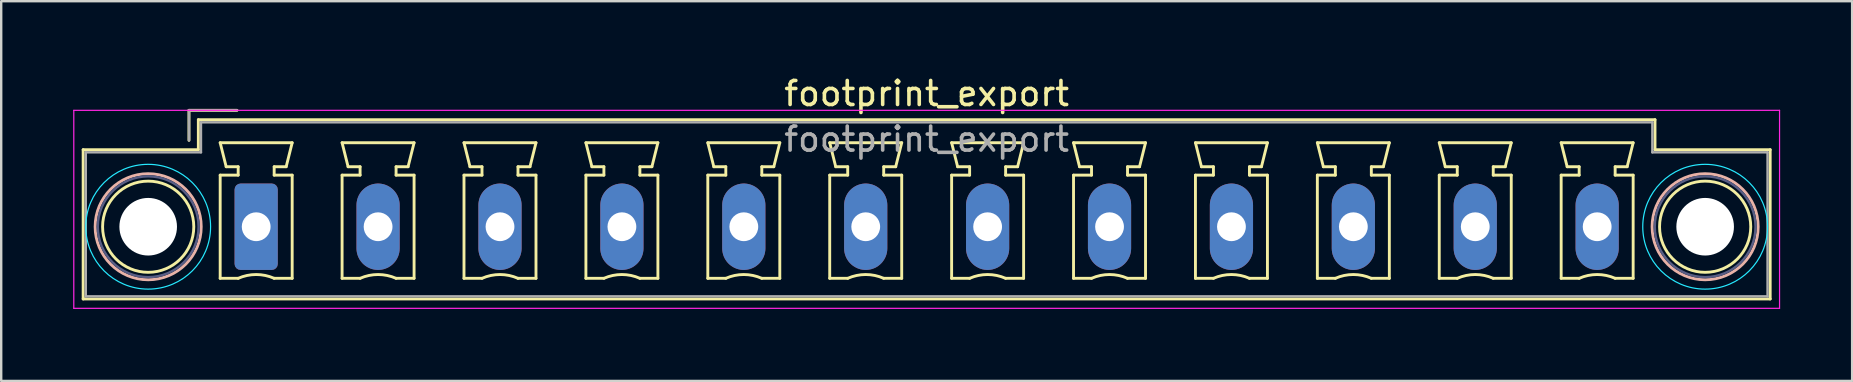
<source format=kicad_pcb>
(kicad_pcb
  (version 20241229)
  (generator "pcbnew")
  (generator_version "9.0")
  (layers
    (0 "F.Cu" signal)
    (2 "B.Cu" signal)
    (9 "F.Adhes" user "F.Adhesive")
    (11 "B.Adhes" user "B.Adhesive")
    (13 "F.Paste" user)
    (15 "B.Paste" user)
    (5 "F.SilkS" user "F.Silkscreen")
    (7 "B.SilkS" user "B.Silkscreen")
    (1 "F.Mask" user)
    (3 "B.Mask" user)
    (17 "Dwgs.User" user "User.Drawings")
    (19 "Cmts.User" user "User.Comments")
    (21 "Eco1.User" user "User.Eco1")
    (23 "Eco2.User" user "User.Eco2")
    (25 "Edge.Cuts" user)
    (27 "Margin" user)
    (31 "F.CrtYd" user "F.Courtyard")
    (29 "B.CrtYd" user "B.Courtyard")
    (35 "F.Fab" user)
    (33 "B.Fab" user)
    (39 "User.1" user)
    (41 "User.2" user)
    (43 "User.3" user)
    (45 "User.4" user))
  (footprint "footprint_export"
    (layer "F.Cu")
    (at 7.625 6.398)
    (property "Reference" "footprint_export" (at 27.94 -5.55 0) (layer "F.SilkS") (effects (font (size 1 1) (thickness 0.15))))
    (attr through_hole)
    (fp_line (start -7.21 -3.21) (end -7.21 3.01) (stroke (width 0.12) (type solid)) (layer "F.SilkS"))
    (fp_line (start -7.21 3.01) (end 63.09 3.01) (stroke (width 0.12) (type solid)) (layer "F.SilkS"))
    (fp_line (start -2.8 -4.85) (end -0.8 -4.85) (stroke (width 0.12) (type solid)) (layer "F.SilkS"))
    (fp_line (start -2.8 -3.6) (end -2.8 -4.85) (stroke (width 0.12) (type solid)) (layer "F.SilkS"))
    (fp_line (start -2.41 -4.46) (end -2.41 -3.21) (stroke (width 0.12) (type solid)) (layer "F.SilkS"))
    (fp_line (start -2.41 -3.21) (end -7.21 -3.21) (stroke (width 0.12) (type solid)) (layer "F.SilkS"))
    (fp_line (start -1.5 -3.5) (end 1.5 -3.5) (stroke (width 0.12) (type solid)) (layer "F.SilkS"))
    (fp_line (start -1.5 -2.15) (end -0.75 -2.15) (stroke (width 0.12) (type solid)) (layer "F.SilkS"))
    (fp_line (start -1.5 2.15) (end -1.5 -2.15) (stroke (width 0.12) (type solid)) (layer "F.SilkS"))
    (fp_line (start -1.25 -2.5) (end -1.5 -3.5) (stroke (width 0.12) (type solid)) (layer "F.SilkS"))
    (fp_line (start -0.75 -2.5) (end -1.25 -2.5) (stroke (width 0.12) (type solid)) (layer "F.SilkS"))
    (fp_line (start -0.75 -2.15) (end -0.75 -2.5) (stroke (width 0.12) (type solid)) (layer "F.SilkS"))
    (fp_line (start -0.75 2.15) (end -1.5 2.15) (stroke (width 0.12) (type solid)) (layer "F.SilkS"))
    (fp_line (start 0.75 -2.5) (end 0.75 -2.15) (stroke (width 0.12) (type solid)) (layer "F.SilkS"))
    (fp_line (start 0.75 -2.15) (end 1.5 -2.15) (stroke (width 0.12) (type solid)) (layer "F.SilkS"))
    (fp_line (start 1.25 -2.5) (end 0.75 -2.5) (stroke (width 0.12) (type solid)) (layer "F.SilkS"))
    (fp_line (start 1.5 -3.5) (end 1.25 -2.5) (stroke (width 0.12) (type solid)) (layer "F.SilkS"))
    (fp_line (start 1.5 -2.15) (end 1.5 2.15) (stroke (width 0.12) (type solid)) (layer "F.SilkS"))
    (fp_line (start 1.5 2.15) (end 0.75 2.15) (stroke (width 0.12) (type solid)) (layer "F.SilkS"))
    (fp_line (start 3.58 -3.5) (end 6.58 -3.5) (stroke (width 0.12) (type solid)) (layer "F.SilkS"))
    (fp_line (start 3.58 -2.15) (end 4.33 -2.15) (stroke (width 0.12) (type solid)) (layer "F.SilkS"))
    (fp_line (start 3.58 2.15) (end 3.58 -2.15) (stroke (width 0.12) (type solid)) (layer "F.SilkS"))
    (fp_line (start 3.83 -2.5) (end 3.58 -3.5) (stroke (width 0.12) (type solid)) (layer "F.SilkS"))
    (fp_line (start 4.33 -2.5) (end 3.83 -2.5) (stroke (width 0.12) (type solid)) (layer "F.SilkS"))
    (fp_line (start 4.33 -2.15) (end 4.33 -2.5) (stroke (width 0.12) (type solid)) (layer "F.SilkS"))
    (fp_line (start 4.33 2.15) (end 3.58 2.15) (stroke (width 0.12) (type solid)) (layer "F.SilkS"))
    (fp_line (start 5.83 -2.5) (end 5.83 -2.15) (stroke (width 0.12) (type solid)) (layer "F.SilkS"))
    (fp_line (start 5.83 -2.15) (end 6.58 -2.15) (stroke (width 0.12) (type solid)) (layer "F.SilkS"))
    (fp_line (start 6.33 -2.5) (end 5.83 -2.5) (stroke (width 0.12) (type solid)) (layer "F.SilkS"))
    (fp_line (start 6.58 -3.5) (end 6.33 -2.5) (stroke (width 0.12) (type solid)) (layer "F.SilkS"))
    (fp_line (start 6.58 -2.15) (end 6.58 2.15) (stroke (width 0.12) (type solid)) (layer "F.SilkS"))
    (fp_line (start 6.58 2.15) (end 5.83 2.15) (stroke (width 0.12) (type solid)) (layer "F.SilkS"))
    (fp_line (start 8.66 -3.5) (end 11.66 -3.5) (stroke (width 0.12) (type solid)) (layer "F.SilkS"))
    (fp_line (start 8.66 -2.15) (end 9.41 -2.15) (stroke (width 0.12) (type solid)) (layer "F.SilkS"))
    (fp_line (start 8.66 2.15) (end 8.66 -2.15) (stroke (width 0.12) (type solid)) (layer "F.SilkS"))
    (fp_line (start 8.91 -2.5) (end 8.66 -3.5) (stroke (width 0.12) (type solid)) (layer "F.SilkS"))
    (fp_line (start 9.41 -2.5) (end 8.91 -2.5) (stroke (width 0.12) (type solid)) (layer "F.SilkS"))
    (fp_line (start 9.41 -2.15) (end 9.41 -2.5) (stroke (width 0.12) (type solid)) (layer "F.SilkS"))
    (fp_line (start 9.41 2.15) (end 8.66 2.15) (stroke (width 0.12) (type solid)) (layer "F.SilkS"))
    (fp_line (start 10.91 -2.5) (end 10.91 -2.15) (stroke (width 0.12) (type solid)) (layer "F.SilkS"))
    (fp_line (start 10.91 -2.15) (end 11.66 -2.15) (stroke (width 0.12) (type solid)) (layer "F.SilkS"))
    (fp_line (start 11.41 -2.5) (end 10.91 -2.5) (stroke (width 0.12) (type solid)) (layer "F.SilkS"))
    (fp_line (start 11.66 -3.5) (end 11.41 -2.5) (stroke (width 0.12) (type solid)) (layer "F.SilkS"))
    (fp_line (start 11.66 -2.15) (end 11.66 2.15) (stroke (width 0.12) (type solid)) (layer "F.SilkS"))
    (fp_line (start 11.66 2.15) (end 10.91 2.15) (stroke (width 0.12) (type solid)) (layer "F.SilkS"))
    (fp_line (start 13.74 -3.5) (end 16.74 -3.5) (stroke (width 0.12) (type solid)) (layer "F.SilkS"))
    (fp_line (start 13.74 -2.15) (end 14.49 -2.15) (stroke (width 0.12) (type solid)) (layer "F.SilkS"))
    (fp_line (start 13.74 2.15) (end 13.74 -2.15) (stroke (width 0.12) (type solid)) (layer "F.SilkS"))
    (fp_line (start 13.99 -2.5) (end 13.74 -3.5) (stroke (width 0.12) (type solid)) (layer "F.SilkS"))
    (fp_line (start 14.49 -2.5) (end 13.99 -2.5) (stroke (width 0.12) (type solid)) (layer "F.SilkS"))
    (fp_line (start 14.49 -2.15) (end 14.49 -2.5) (stroke (width 0.12) (type solid)) (layer "F.SilkS"))
    (fp_line (start 14.49 2.15) (end 13.74 2.15) (stroke (width 0.12) (type solid)) (layer "F.SilkS"))
    (fp_line (start 15.99 -2.5) (end 15.99 -2.15) (stroke (width 0.12) (type solid)) (layer "F.SilkS"))
    (fp_line (start 15.99 -2.15) (end 16.74 -2.15) (stroke (width 0.12) (type solid)) (layer "F.SilkS"))
    (fp_line (start 16.49 -2.5) (end 15.99 -2.5) (stroke (width 0.12) (type solid)) (layer "F.SilkS"))
    (fp_line (start 16.74 -3.5) (end 16.49 -2.5) (stroke (width 0.12) (type solid)) (layer "F.SilkS"))
    (fp_line (start 16.74 -2.15) (end 16.74 2.15) (stroke (width 0.12) (type solid)) (layer "F.SilkS"))
    (fp_line (start 16.74 2.15) (end 15.99 2.15) (stroke (width 0.12) (type solid)) (layer "F.SilkS"))
    (fp_line (start 18.82 -3.5) (end 21.82 -3.5) (stroke (width 0.12) (type solid)) (layer "F.SilkS"))
    (fp_line (start 18.82 -2.15) (end 19.57 -2.15) (stroke (width 0.12) (type solid)) (layer "F.SilkS"))
    (fp_line (start 18.82 2.15) (end 18.82 -2.15) (stroke (width 0.12) (type solid)) (layer "F.SilkS"))
    (fp_line (start 19.07 -2.5) (end 18.82 -3.5) (stroke (width 0.12) (type solid)) (layer "F.SilkS"))
    (fp_line (start 19.57 -2.5) (end 19.07 -2.5) (stroke (width 0.12) (type solid)) (layer "F.SilkS"))
    (fp_line (start 19.57 -2.15) (end 19.57 -2.5) (stroke (width 0.12) (type solid)) (layer "F.SilkS"))
    (fp_line (start 19.57 2.15) (end 18.82 2.15) (stroke (width 0.12) (type solid)) (layer "F.SilkS"))
    (fp_line (start 21.07 -2.5) (end 21.07 -2.15) (stroke (width 0.12) (type solid)) (layer "F.SilkS"))
    (fp_line (start 21.07 -2.15) (end 21.82 -2.15) (stroke (width 0.12) (type solid)) (layer "F.SilkS"))
    (fp_line (start 21.57 -2.5) (end 21.07 -2.5) (stroke (width 0.12) (type solid)) (layer "F.SilkS"))
    (fp_line (start 21.82 -3.5) (end 21.57 -2.5) (stroke (width 0.12) (type solid)) (layer "F.SilkS"))
    (fp_line (start 21.82 -2.15) (end 21.82 2.15) (stroke (width 0.12) (type solid)) (layer "F.SilkS"))
    (fp_line (start 21.82 2.15) (end 21.07 2.15) (stroke (width 0.12) (type solid)) (layer "F.SilkS"))
    (fp_line (start 23.9 -3.5) (end 26.9 -3.5) (stroke (width 0.12) (type solid)) (layer "F.SilkS"))
    (fp_line (start 23.9 -2.15) (end 24.65 -2.15) (stroke (width 0.12) (type solid)) (layer "F.SilkS"))
    (fp_line (start 23.9 2.15) (end 23.9 -2.15) (stroke (width 0.12) (type solid)) (layer "F.SilkS"))
    (fp_line (start 24.15 -2.5) (end 23.9 -3.5) (stroke (width 0.12) (type solid)) (layer "F.SilkS"))
    (fp_line (start 24.65 -2.5) (end 24.15 -2.5) (stroke (width 0.12) (type solid)) (layer "F.SilkS"))
    (fp_line (start 24.65 -2.15) (end 24.65 -2.5) (stroke (width 0.12) (type solid)) (layer "F.SilkS"))
    (fp_line (start 24.65 2.15) (end 23.9 2.15) (stroke (width 0.12) (type solid)) (layer "F.SilkS"))
    (fp_line (start 26.15 -2.5) (end 26.15 -2.15) (stroke (width 0.12) (type solid)) (layer "F.SilkS"))
    (fp_line (start 26.15 -2.15) (end 26.9 -2.15) (stroke (width 0.12) (type solid)) (layer "F.SilkS"))
    (fp_line (start 26.65 -2.5) (end 26.15 -2.5) (stroke (width 0.12) (type solid)) (layer "F.SilkS"))
    (fp_line (start 26.9 -3.5) (end 26.65 -2.5) (stroke (width 0.12) (type solid)) (layer "F.SilkS"))
    (fp_line (start 26.9 -2.15) (end 26.9 2.15) (stroke (width 0.12) (type solid)) (layer "F.SilkS"))
    (fp_line (start 26.9 2.15) (end 26.15 2.15) (stroke (width 0.12) (type solid)) (layer "F.SilkS"))
    (fp_line (start 28.98 -3.5) (end 31.98 -3.5) (stroke (width 0.12) (type solid)) (layer "F.SilkS"))
    (fp_line (start 28.98 -2.15) (end 29.73 -2.15) (stroke (width 0.12) (type solid)) (layer "F.SilkS"))
    (fp_line (start 28.98 2.15) (end 28.98 -2.15) (stroke (width 0.12) (type solid)) (layer "F.SilkS"))
    (fp_line (start 29.23 -2.5) (end 28.98 -3.5) (stroke (width 0.12) (type solid)) (layer "F.SilkS"))
    (fp_line (start 29.73 -2.5) (end 29.23 -2.5) (stroke (width 0.12) (type solid)) (layer "F.SilkS"))
    (fp_line (start 29.73 -2.15) (end 29.73 -2.5) (stroke (width 0.12) (type solid)) (layer "F.SilkS"))
    (fp_line (start 29.73 2.15) (end 28.98 2.15) (stroke (width 0.12) (type solid)) (layer "F.SilkS"))
    (fp_line (start 31.23 -2.5) (end 31.23 -2.15) (stroke (width 0.12) (type solid)) (layer "F.SilkS"))
    (fp_line (start 31.23 -2.15) (end 31.98 -2.15) (stroke (width 0.12) (type solid)) (layer "F.SilkS"))
    (fp_line (start 31.73 -2.5) (end 31.23 -2.5) (stroke (width 0.12) (type solid)) (layer "F.SilkS"))
    (fp_line (start 31.98 -3.5) (end 31.73 -2.5) (stroke (width 0.12) (type solid)) (layer "F.SilkS"))
    (fp_line (start 31.98 -2.15) (end 31.98 2.15) (stroke (width 0.12) (type solid)) (layer "F.SilkS"))
    (fp_line (start 31.98 2.15) (end 31.23 2.15) (stroke (width 0.12) (type solid)) (layer "F.SilkS"))
    (fp_line (start 34.06 -3.5) (end 37.06 -3.5) (stroke (width 0.12) (type solid)) (layer "F.SilkS"))
    (fp_line (start 34.06 -2.15) (end 34.81 -2.15) (stroke (width 0.12) (type solid)) (layer "F.SilkS"))
    (fp_line (start 34.06 2.15) (end 34.06 -2.15) (stroke (width 0.12) (type solid)) (layer "F.SilkS"))
    (fp_line (start 34.31 -2.5) (end 34.06 -3.5) (stroke (width 0.12) (type solid)) (layer "F.SilkS"))
    (fp_line (start 34.81 -2.5) (end 34.31 -2.5) (stroke (width 0.12) (type solid)) (layer "F.SilkS"))
    (fp_line (start 34.81 -2.15) (end 34.81 -2.5) (stroke (width 0.12) (type solid)) (layer "F.SilkS"))
    (fp_line (start 34.81 2.15) (end 34.06 2.15) (stroke (width 0.12) (type solid)) (layer "F.SilkS"))
    (fp_line (start 36.31 -2.5) (end 36.31 -2.15) (stroke (width 0.12) (type solid)) (layer "F.SilkS"))
    (fp_line (start 36.31 -2.15) (end 37.06 -2.15) (stroke (width 0.12) (type solid)) (layer "F.SilkS"))
    (fp_line (start 36.81 -2.5) (end 36.31 -2.5) (stroke (width 0.12) (type solid)) (layer "F.SilkS"))
    (fp_line (start 37.06 -3.5) (end 36.81 -2.5) (stroke (width 0.12) (type solid)) (layer "F.SilkS"))
    (fp_line (start 37.06 -2.15) (end 37.06 2.15) (stroke (width 0.12) (type solid)) (layer "F.SilkS"))
    (fp_line (start 37.06 2.15) (end 36.31 2.15) (stroke (width 0.12) (type solid)) (layer "F.SilkS"))
    (fp_line (start 39.14 -3.5) (end 42.14 -3.5) (stroke (width 0.12) (type solid)) (layer "F.SilkS"))
    (fp_line (start 39.14 -2.15) (end 39.89 -2.15) (stroke (width 0.12) (type solid)) (layer "F.SilkS"))
    (fp_line (start 39.14 2.15) (end 39.14 -2.15) (stroke (width 0.12) (type solid)) (layer "F.SilkS"))
    (fp_line (start 39.39 -2.5) (end 39.14 -3.5) (stroke (width 0.12) (type solid)) (layer "F.SilkS"))
    (fp_line (start 39.89 -2.5) (end 39.39 -2.5) (stroke (width 0.12) (type solid)) (layer "F.SilkS"))
    (fp_line (start 39.89 -2.15) (end 39.89 -2.5) (stroke (width 0.12) (type solid)) (layer "F.SilkS"))
    (fp_line (start 39.89 2.15) (end 39.14 2.15) (stroke (width 0.12) (type solid)) (layer "F.SilkS"))
    (fp_line (start 41.39 -2.5) (end 41.39 -2.15) (stroke (width 0.12) (type solid)) (layer "F.SilkS"))
    (fp_line (start 41.39 -2.15) (end 42.14 -2.15) (stroke (width 0.12) (type solid)) (layer "F.SilkS"))
    (fp_line (start 41.89 -2.5) (end 41.39 -2.5) (stroke (width 0.12) (type solid)) (layer "F.SilkS"))
    (fp_line (start 42.14 -3.5) (end 41.89 -2.5) (stroke (width 0.12) (type solid)) (layer "F.SilkS"))
    (fp_line (start 42.14 -2.15) (end 42.14 2.15) (stroke (width 0.12) (type solid)) (layer "F.SilkS"))
    (fp_line (start 42.14 2.15) (end 41.39 2.15) (stroke (width 0.12) (type solid)) (layer "F.SilkS"))
    (fp_line (start 44.22 -3.5) (end 47.22 -3.5) (stroke (width 0.12) (type solid)) (layer "F.SilkS"))
    (fp_line (start 44.22 -2.15) (end 44.97 -2.15) (stroke (width 0.12) (type solid)) (layer "F.SilkS"))
    (fp_line (start 44.22 2.15) (end 44.22 -2.15) (stroke (width 0.12) (type solid)) (layer "F.SilkS"))
    (fp_line (start 44.47 -2.5) (end 44.22 -3.5) (stroke (width 0.12) (type solid)) (layer "F.SilkS"))
    (fp_line (start 44.97 -2.5) (end 44.47 -2.5) (stroke (width 0.12) (type solid)) (layer "F.SilkS"))
    (fp_line (start 44.97 -2.15) (end 44.97 -2.5) (stroke (width 0.12) (type solid)) (layer "F.SilkS"))
    (fp_line (start 44.97 2.15) (end 44.22 2.15) (stroke (width 0.12) (type solid)) (layer "F.SilkS"))
    (fp_line (start 46.47 -2.5) (end 46.47 -2.15) (stroke (width 0.12) (type solid)) (layer "F.SilkS"))
    (fp_line (start 46.47 -2.15) (end 47.22 -2.15) (stroke (width 0.12) (type solid)) (layer "F.SilkS"))
    (fp_line (start 46.97 -2.5) (end 46.47 -2.5) (stroke (width 0.12) (type solid)) (layer "F.SilkS"))
    (fp_line (start 47.22 -3.5) (end 46.97 -2.5) (stroke (width 0.12) (type solid)) (layer "F.SilkS"))
    (fp_line (start 47.22 -2.15) (end 47.22 2.15) (stroke (width 0.12) (type solid)) (layer "F.SilkS"))
    (fp_line (start 47.22 2.15) (end 46.47 2.15) (stroke (width 0.12) (type solid)) (layer "F.SilkS"))
    (fp_line (start 49.3 -3.5) (end 52.3 -3.5) (stroke (width 0.12) (type solid)) (layer "F.SilkS"))
    (fp_line (start 49.3 -2.15) (end 50.05 -2.15) (stroke (width 0.12) (type solid)) (layer "F.SilkS"))
    (fp_line (start 49.3 2.15) (end 49.3 -2.15) (stroke (width 0.12) (type solid)) (layer "F.SilkS"))
    (fp_line (start 49.55 -2.5) (end 49.3 -3.5) (stroke (width 0.12) (type solid)) (layer "F.SilkS"))
    (fp_line (start 50.05 -2.5) (end 49.55 -2.5) (stroke (width 0.12) (type solid)) (layer "F.SilkS"))
    (fp_line (start 50.05 -2.15) (end 50.05 -2.5) (stroke (width 0.12) (type solid)) (layer "F.SilkS"))
    (fp_line (start 50.05 2.15) (end 49.3 2.15) (stroke (width 0.12) (type solid)) (layer "F.SilkS"))
    (fp_line (start 51.55 -2.5) (end 51.55 -2.15) (stroke (width 0.12) (type solid)) (layer "F.SilkS"))
    (fp_line (start 51.55 -2.15) (end 52.3 -2.15) (stroke (width 0.12) (type solid)) (layer "F.SilkS"))
    (fp_line (start 52.05 -2.5) (end 51.55 -2.5) (stroke (width 0.12) (type solid)) (layer "F.SilkS"))
    (fp_line (start 52.3 -3.5) (end 52.05 -2.5) (stroke (width 0.12) (type solid)) (layer "F.SilkS"))
    (fp_line (start 52.3 -2.15) (end 52.3 2.15) (stroke (width 0.12) (type solid)) (layer "F.SilkS"))
    (fp_line (start 52.3 2.15) (end 51.55 2.15) (stroke (width 0.12) (type solid)) (layer "F.SilkS"))
    (fp_line (start 54.38 -3.5) (end 57.38 -3.5) (stroke (width 0.12) (type solid)) (layer "F.SilkS"))
    (fp_line (start 54.38 -2.15) (end 55.13 -2.15) (stroke (width 0.12) (type solid)) (layer "F.SilkS"))
    (fp_line (start 54.38 2.15) (end 54.38 -2.15) (stroke (width 0.12) (type solid)) (layer "F.SilkS"))
    (fp_line (start 54.63 -2.5) (end 54.38 -3.5) (stroke (width 0.12) (type solid)) (layer "F.SilkS"))
    (fp_line (start 55.13 -2.5) (end 54.63 -2.5) (stroke (width 0.12) (type solid)) (layer "F.SilkS"))
    (fp_line (start 55.13 -2.15) (end 55.13 -2.5) (stroke (width 0.12) (type solid)) (layer "F.SilkS"))
    (fp_line (start 55.13 2.15) (end 54.38 2.15) (stroke (width 0.12) (type solid)) (layer "F.SilkS"))
    (fp_line (start 56.63 -2.5) (end 56.63 -2.15) (stroke (width 0.12) (type solid)) (layer "F.SilkS"))
    (fp_line (start 56.63 -2.15) (end 57.38 -2.15) (stroke (width 0.12) (type solid)) (layer "F.SilkS"))
    (fp_line (start 57.13 -2.5) (end 56.63 -2.5) (stroke (width 0.12) (type solid)) (layer "F.SilkS"))
    (fp_line (start 57.38 -3.5) (end 57.13 -2.5) (stroke (width 0.12) (type solid)) (layer "F.SilkS"))
    (fp_line (start 57.38 -2.15) (end 57.38 2.15) (stroke (width 0.12) (type solid)) (layer "F.SilkS"))
    (fp_line (start 57.38 2.15) (end 56.63 2.15) (stroke (width 0.12) (type solid)) (layer "F.SilkS"))
    (fp_line (start 58.29 -4.46) (end -2.41 -4.46) (stroke (width 0.12) (type solid)) (layer "F.SilkS"))
    (fp_line (start 58.29 -3.21) (end 58.29 -4.46) (stroke (width 0.12) (type solid)) (layer "F.SilkS"))
    (fp_line (start 63.09 -3.21) (end 58.29 -3.21) (stroke (width 0.12) (type solid)) (layer "F.SilkS"))
    (fp_line (start 63.09 3.01) (end 63.09 -3.21) (stroke (width 0.12) (type solid)) (layer "F.SilkS"))
    (fp_arc (start -0.75 2.15) (mid -0.000193 1.99191) (end 0.749647 2.149844) (stroke (width 0.12) (type solid)) (layer "F.SilkS"))
    (fp_arc (start 4.33 2.15) (mid 5.079807 1.99191) (end 5.829647 2.149844) (stroke (width 0.12) (type solid)) (layer "F.SilkS"))
    (fp_arc (start 9.41 2.15) (mid 10.159807 1.99191) (end 10.909647 2.149844) (stroke (width 0.12) (type solid)) (layer "F.SilkS"))
    (fp_arc (start 14.49 2.15) (mid 15.239807 1.99191) (end 15.989647 2.149844) (stroke (width 0.12) (type solid)) (layer "F.SilkS"))
    (fp_arc (start 19.57 2.15) (mid 20.319807 1.99191) (end 21.069647 2.149844) (stroke (width 0.12) (type solid)) (layer "F.SilkS"))
    (fp_arc (start 24.65 2.15) (mid 25.399807 1.99191) (end 26.149647 2.149844) (stroke (width 0.12) (type solid)) (layer "F.SilkS"))
    (fp_arc (start 29.73 2.15) (mid 30.479807 1.99191) (end 31.229647 2.149844) (stroke (width 0.12) (type solid)) (layer "F.SilkS"))
    (fp_arc (start 34.81 2.15) (mid 35.559807 1.99191) (end 36.309647 2.149844) (stroke (width 0.12) (type solid)) (layer "F.SilkS"))
    (fp_arc (start 39.89 2.15) (mid 40.639807 1.99191) (end 41.389647 2.149844) (stroke (width 0.12) (type solid)) (layer "F.SilkS"))
    (fp_arc (start 44.97 2.15) (mid 45.719807 1.99191) (end 46.469647 2.149844) (stroke (width 0.12) (type solid)) (layer "F.SilkS"))
    (fp_arc (start 50.05 2.15) (mid 50.799807 1.99191) (end 51.549647 2.149844) (stroke (width 0.12) (type solid)) (layer "F.SilkS"))
    (fp_arc (start 55.13 2.15) (mid 55.879807 1.99191) (end 56.629647 2.149844) (stroke (width 0.12) (type solid)) (layer "F.SilkS"))
    (fp_circle (center -4.5 0) (end -2.6 0) (stroke (width 0.12) (type solid)) (fill no) (layer "F.SilkS"))
    (fp_circle (center 60.38 0) (end 62.28 0) (stroke (width 0.12) (type solid)) (fill no) (layer "F.SilkS"))
    (fp_circle (center -4.5 0) (end -2.29 0) (stroke (width 0.12) (type solid)) (fill no) (layer "B.SilkS"))
    (fp_circle (center 60.38 0) (end 62.59 0) (stroke (width 0.12) (type solid)) (fill no) (layer "B.SilkS"))
    (fp_circle (center -4.5 0) (end -1.9 0) (stroke (width 0.05) (type solid)) (fill no) (layer "B.CrtYd"))
    (fp_circle (center 60.38 0) (end 62.98 0) (stroke (width 0.05) (type solid)) (fill no) (layer "B.CrtYd"))
    (fp_line (start -7.6 -4.85) (end -7.6 3.4) (stroke (width 0.05) (type solid)) (layer "F.CrtYd"))
    (fp_line (start -7.6 3.4) (end 63.48 3.4) (stroke (width 0.05) (type solid)) (layer "F.CrtYd"))
    (fp_line (start 63.48 -4.85) (end -7.6 -4.85) (stroke (width 0.05) (type solid)) (layer "F.CrtYd"))
    (fp_line (start 63.48 3.4) (end 63.48 -4.85) (stroke (width 0.05) (type solid)) (layer "F.CrtYd"))
    (fp_circle (center -4.5 0) (end -2.4 0) (stroke (width 0.1) (type solid)) (fill no) (layer "B.Fab"))
    (fp_circle (center 60.38 0) (end 62.48 0) (stroke (width 0.1) (type solid)) (fill no) (layer "B.Fab"))
    (fp_line (start -7.1 -3.1) (end -7.1 2.9) (stroke (width 0.1) (type solid)) (layer "F.Fab"))
    (fp_line (start -7.1 2.9) (end 62.98 2.9) (stroke (width 0.1) (type solid)) (layer "F.Fab"))
    (fp_line (start -2.8 -4.85) (end -0.8 -4.85) (stroke (width 0.1) (type solid)) (layer "F.Fab"))
    (fp_line (start -2.8 -3.6) (end -2.8 -4.85) (stroke (width 0.1) (type solid)) (layer "F.Fab"))
    (fp_line (start -2.3 -4.35) (end -2.3 -3.1) (stroke (width 0.1) (type solid)) (layer "F.Fab"))
    (fp_line (start -2.3 -3.1) (end -7.1 -3.1) (stroke (width 0.1) (type solid)) (layer "F.Fab"))
    (fp_line (start 58.18 -4.35) (end -2.3 -4.35) (stroke (width 0.1) (type solid)) (layer "F.Fab"))
    (fp_line (start 58.18 -3.1) (end 58.18 -4.35) (stroke (width 0.1) (type solid)) (layer "F.Fab"))
    (fp_line (start 62.98 -3.1) (end 58.18 -3.1) (stroke (width 0.1) (type solid)) (layer "F.Fab"))
    (fp_line (start 62.98 2.9) (end 62.98 -3.1) (stroke (width 0.1) (type solid)) (layer "F.Fab"))
    (fp_text user "${REFERENCE}" (at 27.94 -3.65 0) (layer "F.Fab") (effects (font (size 1 1) (thickness 0.15))))
    (pad "" np_thru_hole circle (at -4.5 0) (size 2.4 2.4) (drill 2.4) (layers "*.Cu" "*.Mask"))
    (pad "" np_thru_hole circle (at 60.38 0) (size 2.4 2.4) (drill 2.4) (layers "*.Cu" "*.Mask"))
    (pad "1" thru_hole roundrect (at 0 0) (size 1.8 3.6) (drill 1.2) (layers "*.Cu" "*.Mask") (roundrect_rratio 0.139))
    (pad "2" thru_hole oval (at 5.08 0) (size 1.8 3.6) (drill 1.2) (layers "*.Cu" "*.Mask"))
    (pad "3" thru_hole oval (at 10.16 0) (size 1.8 3.6) (drill 1.2) (layers "*.Cu" "*.Mask"))
    (pad "4" thru_hole oval (at 15.24 0) (size 1.8 3.6) (drill 1.2) (layers "*.Cu" "*.Mask"))
    (pad "5" thru_hole oval (at 20.32 0) (size 1.8 3.6) (drill 1.2) (layers "*.Cu" "*.Mask"))
    (pad "6" thru_hole oval (at 25.4 0) (size 1.8 3.6) (drill 1.2) (layers "*.Cu" "*.Mask"))
    (pad "7" thru_hole oval (at 30.48 0) (size 1.8 3.6) (drill 1.2) (layers "*.Cu" "*.Mask"))
    (pad "8" thru_hole oval (at 35.56 0) (size 1.8 3.6) (drill 1.2) (layers "*.Cu" "*.Mask"))
    (pad "9" thru_hole oval (at 40.64 0) (size 1.8 3.6) (drill 1.2) (layers "*.Cu" "*.Mask"))
    (pad "10" thru_hole oval (at 45.72 0) (size 1.8 3.6) (drill 1.2) (layers "*.Cu" "*.Mask"))
    (pad "11" thru_hole oval (at 50.8 0) (size 1.8 3.6) (drill 1.2) (layers "*.Cu" "*.Mask"))
    (pad "12" thru_hole oval (at 55.88 0) (size 1.8 3.6) (drill 1.2) (layers "*.Cu" "*.Mask")))
  (gr_rect
    (start -3 -3)
    (end 74.13 12.823)
    (stroke (width 0.1) (type default))
    (fill no)
    (layer "Edge.Cuts")))
</source>
